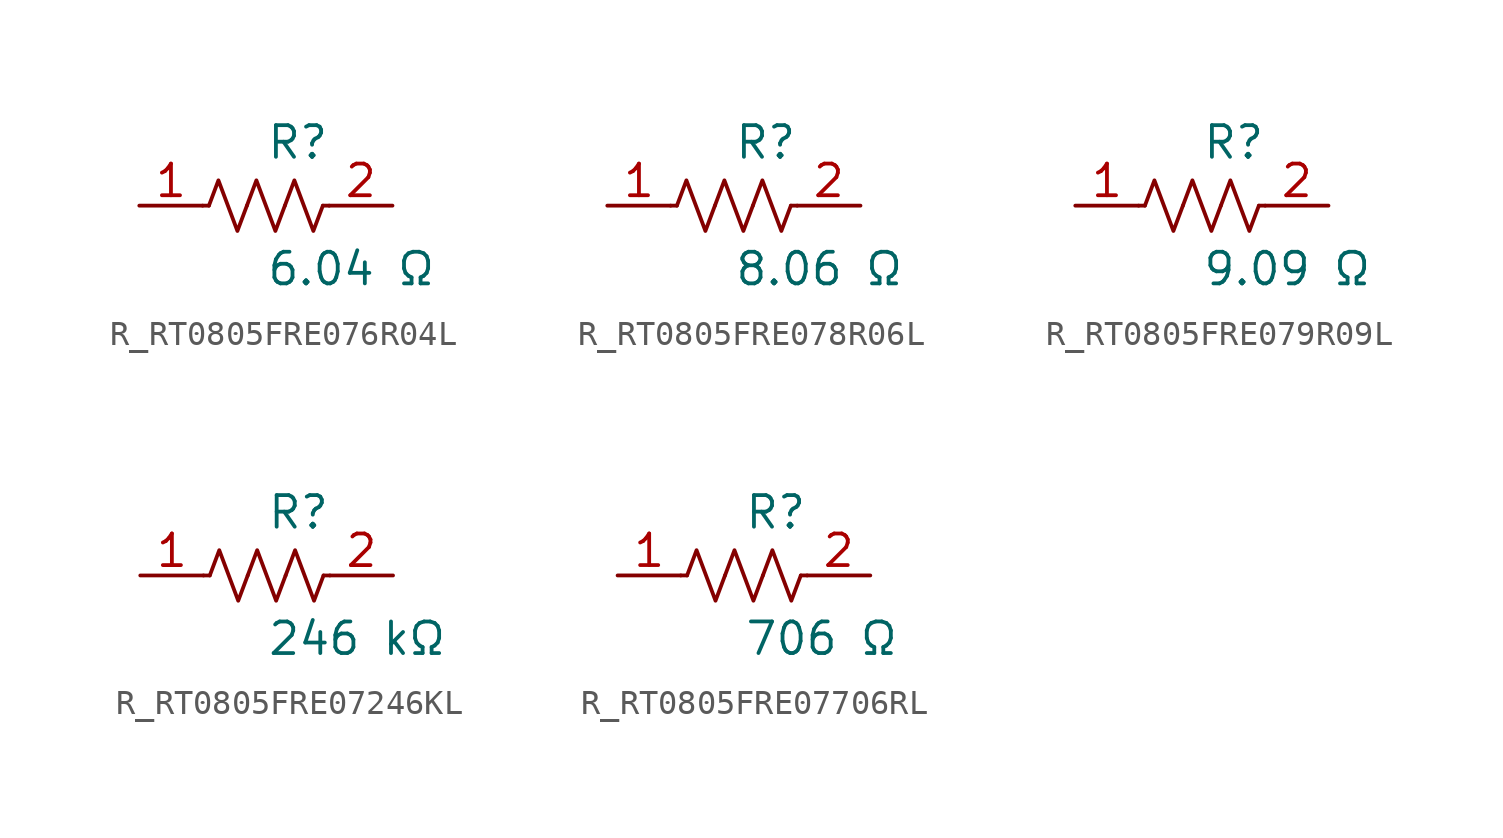
<source format=kicad_sym>
(kicad_symbol_lib
  (version 20231120)
  (generator kicad_symbol_editor)
  (generator_version 8.0)
  (symbol "R_RT0805FRE076R04L"
    (pin_names
      (offset 0.254))
    (property "Reference" "R"
      (at 0 2.54 0)
      (effects (font (size 1.27 1.27)) (justify left)))
    (property "Value" "6.04 Ω"
      (at 0 -2.54 0)
      (effects (font (size 1.27 1.27)) (justify left)))
    (symbol "R_RT0805FRE076R04L_0_1"
      (polyline (pts (xy 2.286 0) (xy 2.54 0)) (stroke (width 0) (type default)) (fill (type none)))
      (polyline (pts (xy -2.286 0) (xy -2.54 0)) (stroke (width 0) (type default)) (fill (type none)))
      (polyline (pts (xy 0.762 0) (xy 1.143 1.016) (xy 1.524 0) (xy 1.905 -1.016) (xy 2.286 0)) (stroke (width 0) (type default)) (fill (type none)))
      (polyline (pts (xy -0.762 0) (xy -0.381 1.016) (xy 0 0) (xy 0.381 -1.016) (xy 0.762 0)) (stroke (width 0) (type default)) (fill (type none)))
      (polyline (pts (xy -2.286 0) (xy -1.905 1.016) (xy -1.524 0) (xy -1.143 -1.016) (xy -0.762 0)) (stroke (width 0) (type default)) (fill (type none))))
    (pin passive line
      (at -5.08 0 0)
      (length 2.54)
      (name "" (effects (font (size 1.27 1.27))))
      (number "1" (effects (font (size 1.27 1.27)))))
    (pin passive line
      (at 5.08 0 180)
      (length 2.54)
      (name "" (effects (font (size 1.27 1.27))))
      (number "2" (effects (font (size 1.27 1.27))))))
  (symbol "R_RT0805FRE078R06L"
    (pin_names
      (offset 0.254))
    (property "Reference" "R"
      (at 0 2.54 0)
      (effects (font (size 1.27 1.27)) (justify left)))
    (property "Value" "8.06 Ω"
      (at 0 -2.54 0)
      (effects (font (size 1.27 1.27)) (justify left)))
    (symbol "R_RT0805FRE078R06L_0_1"
      (polyline (pts (xy 2.286 0) (xy 2.54 0)) (stroke (width 0) (type default)) (fill (type none)))
      (polyline (pts (xy -2.286 0) (xy -2.54 0)) (stroke (width 0) (type default)) (fill (type none)))
      (polyline (pts (xy 0.762 0) (xy 1.143 1.016) (xy 1.524 0) (xy 1.905 -1.016) (xy 2.286 0)) (stroke (width 0) (type default)) (fill (type none)))
      (polyline (pts (xy -0.762 0) (xy -0.381 1.016) (xy 0 0) (xy 0.381 -1.016) (xy 0.762 0)) (stroke (width 0) (type default)) (fill (type none)))
      (polyline (pts (xy -2.286 0) (xy -1.905 1.016) (xy -1.524 0) (xy -1.143 -1.016) (xy -0.762 0)) (stroke (width 0) (type default)) (fill (type none))))
    (pin passive line
      (at -5.08 0 0)
      (length 2.54)
      (name "" (effects (font (size 1.27 1.27))))
      (number "1" (effects (font (size 1.27 1.27)))))
    (pin passive line
      (at 5.08 0 180)
      (length 2.54)
      (name "" (effects (font (size 1.27 1.27))))
      (number "2" (effects (font (size 1.27 1.27))))))
  (symbol "R_RT0805FRE079R09L"
    (pin_names
      (offset 0.254))
    (property "Reference" "R"
      (at 0 2.54 0)
      (effects (font (size 1.27 1.27)) (justify left)))
    (property "Value" "9.09 Ω"
      (at 0 -2.54 0)
      (effects (font (size 1.27 1.27)) (justify left)))
    (symbol "R_RT0805FRE079R09L_0_1"
      (polyline (pts (xy 2.286 0) (xy 2.54 0)) (stroke (width 0) (type default)) (fill (type none)))
      (polyline (pts (xy -2.286 0) (xy -2.54 0)) (stroke (width 0) (type default)) (fill (type none)))
      (polyline (pts (xy 0.762 0) (xy 1.143 1.016) (xy 1.524 0) (xy 1.905 -1.016) (xy 2.286 0)) (stroke (width 0) (type default)) (fill (type none)))
      (polyline (pts (xy -0.762 0) (xy -0.381 1.016) (xy 0 0) (xy 0.381 -1.016) (xy 0.762 0)) (stroke (width 0) (type default)) (fill (type none)))
      (polyline (pts (xy -2.286 0) (xy -1.905 1.016) (xy -1.524 0) (xy -1.143 -1.016) (xy -0.762 0)) (stroke (width 0) (type default)) (fill (type none))))
    (pin passive line
      (at -5.08 0 0)
      (length 2.54)
      (name "" (effects (font (size 1.27 1.27))))
      (number "1" (effects (font (size 1.27 1.27)))))
    (pin passive line
      (at 5.08 0 180)
      (length 2.54)
      (name "" (effects (font (size 1.27 1.27))))
      (number "2" (effects (font (size 1.27 1.27))))))
  (symbol "R_RT0805FRE07246KL"
    (pin_names
      (offset 0.254))
    (property "Reference" "R"
      (at 0 2.54 0)
      (effects (font (size 1.27 1.27)) (justify left)))
    (property "Value" "246 kΩ"
      (at 0 -2.54 0)
      (effects (font (size 1.27 1.27)) (justify left)))
    (symbol "R_RT0805FRE07246KL_0_1"
      (polyline (pts (xy 2.286 0) (xy 2.54 0)) (stroke (width 0) (type default)) (fill (type none)))
      (polyline (pts (xy -2.286 0) (xy -2.54 0)) (stroke (width 0) (type default)) (fill (type none)))
      (polyline (pts (xy 0.762 0) (xy 1.143 1.016) (xy 1.524 0) (xy 1.905 -1.016) (xy 2.286 0)) (stroke (width 0) (type default)) (fill (type none)))
      (polyline (pts (xy -0.762 0) (xy -0.381 1.016) (xy 0 0) (xy 0.381 -1.016) (xy 0.762 0)) (stroke (width 0) (type default)) (fill (type none)))
      (polyline (pts (xy -2.286 0) (xy -1.905 1.016) (xy -1.524 0) (xy -1.143 -1.016) (xy -0.762 0)) (stroke (width 0) (type default)) (fill (type none))))
    (pin passive line
      (at -5.08 0 0)
      (length 2.54)
      (name "" (effects (font (size 1.27 1.27))))
      (number "1" (effects (font (size 1.27 1.27)))))
    (pin passive line
      (at 5.08 0 180)
      (length 2.54)
      (name "" (effects (font (size 1.27 1.27))))
      (number "2" (effects (font (size 1.27 1.27))))))
  (symbol "R_RT0805FRE07706RL"
    (pin_names
      (offset 0.254))
    (property "Reference" "R"
      (at 0 2.54 0)
      (effects (font (size 1.27 1.27)) (justify left)))
    (property "Value" "706 Ω"
      (at 0 -2.54 0)
      (effects (font (size 1.27 1.27)) (justify left)))
    (symbol "R_RT0805FRE07706RL_0_1"
      (polyline (pts (xy 2.286 0) (xy 2.54 0)) (stroke (width 0) (type default)) (fill (type none)))
      (polyline (pts (xy -2.286 0) (xy -2.54 0)) (stroke (width 0) (type default)) (fill (type none)))
      (polyline (pts (xy 0.762 0) (xy 1.143 1.016) (xy 1.524 0) (xy 1.905 -1.016) (xy 2.286 0)) (stroke (width 0) (type default)) (fill (type none)))
      (polyline (pts (xy -0.762 0) (xy -0.381 1.016) (xy 0 0) (xy 0.381 -1.016) (xy 0.762 0)) (stroke (width 0) (type default)) (fill (type none)))
      (polyline (pts (xy -2.286 0) (xy -1.905 1.016) (xy -1.524 0) (xy -1.143 -1.016) (xy -0.762 0)) (stroke (width 0) (type default)) (fill (type none))))
    (pin passive line
      (at -5.08 0 0)
      (length 2.54)
      (name "" (effects (font (size 1.27 1.27))))
      (number "1" (effects (font (size 1.27 1.27)))))
    (pin passive line
      (at 5.08 0 180)
      (length 2.54)
      (name "" (effects (font (size 1.27 1.27))))
      (number "2" (effects (font (size 1.27 1.27)))))))
</source>
